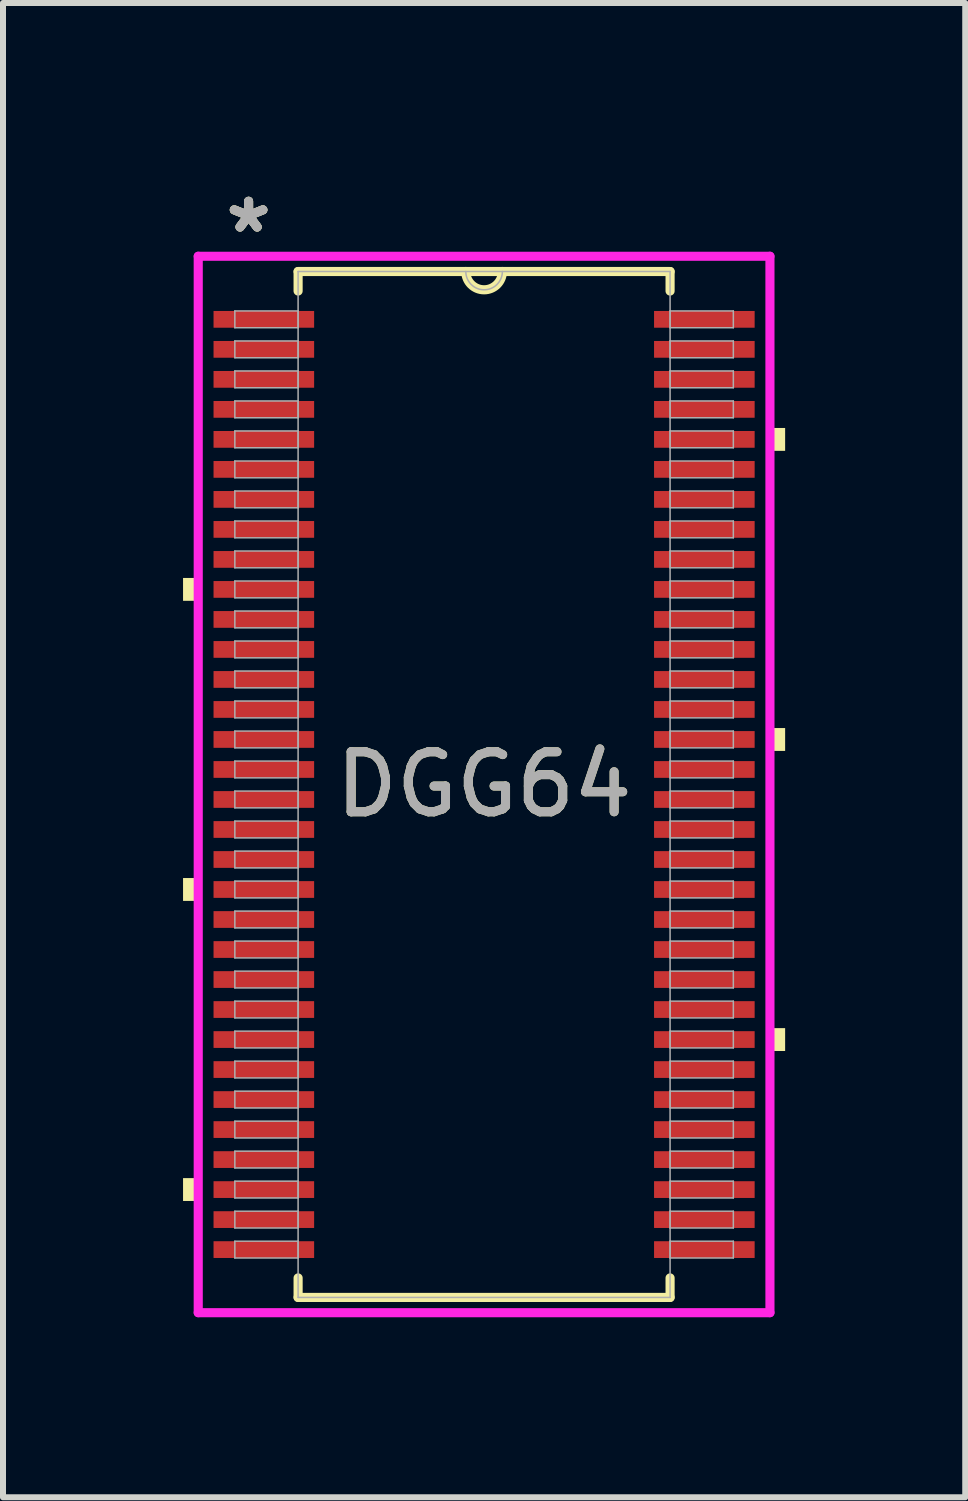
<source format=kicad_pcb>
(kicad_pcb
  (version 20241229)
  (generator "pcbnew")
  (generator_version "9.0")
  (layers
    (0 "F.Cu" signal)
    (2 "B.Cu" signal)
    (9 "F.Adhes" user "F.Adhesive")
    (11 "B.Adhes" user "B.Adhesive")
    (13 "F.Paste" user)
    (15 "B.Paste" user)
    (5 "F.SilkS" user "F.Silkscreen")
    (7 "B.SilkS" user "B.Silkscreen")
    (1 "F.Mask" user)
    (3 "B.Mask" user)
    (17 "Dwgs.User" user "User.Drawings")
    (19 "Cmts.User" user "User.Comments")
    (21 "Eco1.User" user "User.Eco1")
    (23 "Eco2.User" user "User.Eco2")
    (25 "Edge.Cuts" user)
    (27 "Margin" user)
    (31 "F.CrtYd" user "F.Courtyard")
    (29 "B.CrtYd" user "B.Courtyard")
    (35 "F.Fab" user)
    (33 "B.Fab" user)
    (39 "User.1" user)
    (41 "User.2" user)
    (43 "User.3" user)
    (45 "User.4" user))
  (footprint "DGG64"
    (layer "F.Cu")
    (at 5.016 10.021)
    (property "Reference" "DGG64" (at 0 0 0) (unlocked yes) (layer "F.SilkS") (effects (font (size 1 1) (thickness 0.15))))
    (attr smd)
    (fp_line (start -3.099 -8.547) (end -3.099 -8.222) (stroke (width 0.152) (type solid)) (layer "F.SilkS"))
    (fp_line (start -3.099 8.222) (end -3.099 8.547) (stroke (width 0.152) (type solid)) (layer "F.SilkS"))
    (fp_line (start -3.099 8.547) (end 3.099 8.547) (stroke (width 0.152) (type solid)) (layer "F.SilkS"))
    (fp_line (start 3.099 -8.547) (end -3.099 -8.547) (stroke (width 0.152) (type solid)) (layer "F.SilkS"))
    (fp_line (start 3.099 -8.222) (end 3.099 -8.547) (stroke (width 0.152) (type solid)) (layer "F.SilkS"))
    (fp_line (start 3.099 8.547) (end 3.099 8.222) (stroke (width 0.152) (type solid)) (layer "F.SilkS"))
    (fp_arc (start 0.3048 -8.5471) (mid 0 -8.2423) (end -0.3048 -8.5471) (stroke (width 0.1524) (type solid)) (layer "F.SilkS"))
    (fp_poly (pts (xy -5.016 -3.441) (xy -5.016 -3.06) (xy -4.763 -3.06) (xy -4.763 -3.441)) (stroke (width 0) (type solid)) (fill yes) (layer "F.SilkS"))
    (fp_poly (pts (xy -5.016 1.559) (xy -5.016 1.94) (xy -4.763 1.94) (xy -4.763 1.559)) (stroke (width 0) (type solid)) (fill yes) (layer "F.SilkS"))
    (fp_poly (pts (xy -5.016 6.559) (xy -5.016 6.94) (xy -4.763 6.94) (xy -4.763 6.559)) (stroke (width 0) (type solid)) (fill yes) (layer "F.SilkS"))
    (fp_poly (pts (xy 5.016 -5.94) (xy 5.016 -5.559) (xy 4.763 -5.559) (xy 4.763 -5.94)) (stroke (width 0) (type solid)) (fill yes) (layer "F.SilkS"))
    (fp_poly (pts (xy 5.016 -0.94) (xy 5.016 -0.559) (xy 4.763 -0.559) (xy 4.763 -0.94)) (stroke (width 0) (type solid)) (fill yes) (layer "F.SilkS"))
    (fp_poly (pts (xy 5.016 4.06) (xy 5.016 4.441) (xy 4.763 4.441) (xy 4.763 4.06)) (stroke (width 0) (type solid)) (fill yes) (layer "F.SilkS"))
    (fp_line (start -4.763 -8.801) (end 4.763 -8.801) (stroke (width 0.152) (type solid)) (layer "F.CrtYd"))
    (fp_line (start -4.763 8.801) (end -4.763 -8.801) (stroke (width 0.152) (type solid)) (layer "F.CrtYd"))
    (fp_line (start 4.763 -8.801) (end 4.763 8.801) (stroke (width 0.152) (type solid)) (layer "F.CrtYd"))
    (fp_line (start 4.763 8.801) (end -4.763 8.801) (stroke (width 0.152) (type solid)) (layer "F.CrtYd"))
    (fp_line (start -4.153 -7.89) (end -4.153 -7.61) (stroke (width 0.025) (type solid)) (layer "F.Fab"))
    (fp_line (start -4.153 -7.61) (end -3.099 -7.61) (stroke (width 0.025) (type solid)) (layer "F.Fab"))
    (fp_line (start -4.153 -7.39) (end -4.153 -7.11) (stroke (width 0.025) (type solid)) (layer "F.Fab"))
    (fp_line (start -4.153 -7.11) (end -3.099 -7.11) (stroke (width 0.025) (type solid)) (layer "F.Fab"))
    (fp_line (start -4.153 -6.89) (end -4.153 -6.61) (stroke (width 0.025) (type solid)) (layer "F.Fab"))
    (fp_line (start -4.153 -6.61) (end -3.099 -6.61) (stroke (width 0.025) (type solid)) (layer "F.Fab"))
    (fp_line (start -4.153 -6.39) (end -4.153 -6.11) (stroke (width 0.025) (type solid)) (layer "F.Fab"))
    (fp_line (start -4.153 -6.11) (end -3.099 -6.11) (stroke (width 0.025) (type solid)) (layer "F.Fab"))
    (fp_line (start -4.153 -5.89) (end -4.153 -5.61) (stroke (width 0.025) (type solid)) (layer "F.Fab"))
    (fp_line (start -4.153 -5.61) (end -3.099 -5.61) (stroke (width 0.025) (type solid)) (layer "F.Fab"))
    (fp_line (start -4.153 -5.39) (end -4.153 -5.11) (stroke (width 0.025) (type solid)) (layer "F.Fab"))
    (fp_line (start -4.153 -5.11) (end -3.099 -5.11) (stroke (width 0.025) (type solid)) (layer "F.Fab"))
    (fp_line (start -4.153 -4.89) (end -4.153 -4.61) (stroke (width 0.025) (type solid)) (layer "F.Fab"))
    (fp_line (start -4.153 -4.61) (end -3.099 -4.61) (stroke (width 0.025) (type solid)) (layer "F.Fab"))
    (fp_line (start -4.153 -4.39) (end -4.153 -4.11) (stroke (width 0.025) (type solid)) (layer "F.Fab"))
    (fp_line (start -4.153 -4.11) (end -3.099 -4.11) (stroke (width 0.025) (type solid)) (layer "F.Fab"))
    (fp_line (start -4.153 -3.89) (end -4.153 -3.61) (stroke (width 0.025) (type solid)) (layer "F.Fab"))
    (fp_line (start -4.153 -3.61) (end -3.099 -3.61) (stroke (width 0.025) (type solid)) (layer "F.Fab"))
    (fp_line (start -4.153 -3.39) (end -4.153 -3.11) (stroke (width 0.025) (type solid)) (layer "F.Fab"))
    (fp_line (start -4.153 -3.11) (end -3.099 -3.11) (stroke (width 0.025) (type solid)) (layer "F.Fab"))
    (fp_line (start -4.153 -2.89) (end -4.153 -2.61) (stroke (width 0.025) (type solid)) (layer "F.Fab"))
    (fp_line (start -4.153 -2.61) (end -3.099 -2.61) (stroke (width 0.025) (type solid)) (layer "F.Fab"))
    (fp_line (start -4.153 -2.39) (end -4.153 -2.11) (stroke (width 0.025) (type solid)) (layer "F.Fab"))
    (fp_line (start -4.153 -2.11) (end -3.099 -2.11) (stroke (width 0.025) (type solid)) (layer "F.Fab"))
    (fp_line (start -4.153 -1.89) (end -4.153 -1.61) (stroke (width 0.025) (type solid)) (layer "F.Fab"))
    (fp_line (start -4.153 -1.61) (end -3.099 -1.61) (stroke (width 0.025) (type solid)) (layer "F.Fab"))
    (fp_line (start -4.153 -1.39) (end -4.153 -1.11) (stroke (width 0.025) (type solid)) (layer "F.Fab"))
    (fp_line (start -4.153 -1.11) (end -3.099 -1.11) (stroke (width 0.025) (type solid)) (layer "F.Fab"))
    (fp_line (start -4.153 -0.89) (end -4.153 -0.61) (stroke (width 0.025) (type solid)) (layer "F.Fab"))
    (fp_line (start -4.153 -0.61) (end -3.099 -0.61) (stroke (width 0.025) (type solid)) (layer "F.Fab"))
    (fp_line (start -4.153 -0.39) (end -4.153 -0.11) (stroke (width 0.025) (type solid)) (layer "F.Fab"))
    (fp_line (start -4.153 -0.11) (end -3.099 -0.11) (stroke (width 0.025) (type solid)) (layer "F.Fab"))
    (fp_line (start -4.153 0.11) (end -4.153 0.39) (stroke (width 0.025) (type solid)) (layer "F.Fab"))
    (fp_line (start -4.153 0.39) (end -3.099 0.39) (stroke (width 0.025) (type solid)) (layer "F.Fab"))
    (fp_line (start -4.153 0.61) (end -4.153 0.89) (stroke (width 0.025) (type solid)) (layer "F.Fab"))
    (fp_line (start -4.153 0.89) (end -3.099 0.89) (stroke (width 0.025) (type solid)) (layer "F.Fab"))
    (fp_line (start -4.153 1.11) (end -4.153 1.39) (stroke (width 0.025) (type solid)) (layer "F.Fab"))
    (fp_line (start -4.153 1.39) (end -3.099 1.39) (stroke (width 0.025) (type solid)) (layer "F.Fab"))
    (fp_line (start -4.153 1.61) (end -4.153 1.89) (stroke (width 0.025) (type solid)) (layer "F.Fab"))
    (fp_line (start -4.153 1.89) (end -3.099 1.89) (stroke (width 0.025) (type solid)) (layer "F.Fab"))
    (fp_line (start -4.153 2.11) (end -4.153 2.39) (stroke (width 0.025) (type solid)) (layer "F.Fab"))
    (fp_line (start -4.153 2.39) (end -3.099 2.39) (stroke (width 0.025) (type solid)) (layer "F.Fab"))
    (fp_line (start -4.153 2.61) (end -4.153 2.89) (stroke (width 0.025) (type solid)) (layer "F.Fab"))
    (fp_line (start -4.153 2.89) (end -3.099 2.89) (stroke (width 0.025) (type solid)) (layer "F.Fab"))
    (fp_line (start -4.153 3.11) (end -4.153 3.39) (stroke (width 0.025) (type solid)) (layer "F.Fab"))
    (fp_line (start -4.153 3.39) (end -3.099 3.39) (stroke (width 0.025) (type solid)) (layer "F.Fab"))
    (fp_line (start -4.153 3.61) (end -4.153 3.89) (stroke (width 0.025) (type solid)) (layer "F.Fab"))
    (fp_line (start -4.153 3.89) (end -3.099 3.89) (stroke (width 0.025) (type solid)) (layer "F.Fab"))
    (fp_line (start -4.153 4.11) (end -4.153 4.39) (stroke (width 0.025) (type solid)) (layer "F.Fab"))
    (fp_line (start -4.153 4.39) (end -3.099 4.39) (stroke (width 0.025) (type solid)) (layer "F.Fab"))
    (fp_line (start -4.153 4.61) (end -4.153 4.89) (stroke (width 0.025) (type solid)) (layer "F.Fab"))
    (fp_line (start -4.153 4.89) (end -3.099 4.89) (stroke (width 0.025) (type solid)) (layer "F.Fab"))
    (fp_line (start -4.153 5.11) (end -4.153 5.39) (stroke (width 0.025) (type solid)) (layer "F.Fab"))
    (fp_line (start -4.153 5.39) (end -3.099 5.39) (stroke (width 0.025) (type solid)) (layer "F.Fab"))
    (fp_line (start -4.153 5.61) (end -4.153 5.89) (stroke (width 0.025) (type solid)) (layer "F.Fab"))
    (fp_line (start -4.153 5.89) (end -3.099 5.89) (stroke (width 0.025) (type solid)) (layer "F.Fab"))
    (fp_line (start -4.153 6.11) (end -4.153 6.39) (stroke (width 0.025) (type solid)) (layer "F.Fab"))
    (fp_line (start -4.153 6.39) (end -3.099 6.39) (stroke (width 0.025) (type solid)) (layer "F.Fab"))
    (fp_line (start -4.153 6.61) (end -4.153 6.89) (stroke (width 0.025) (type solid)) (layer "F.Fab"))
    (fp_line (start -4.153 6.89) (end -3.099 6.89) (stroke (width 0.025) (type solid)) (layer "F.Fab"))
    (fp_line (start -4.153 7.11) (end -4.153 7.39) (stroke (width 0.025) (type solid)) (layer "F.Fab"))
    (fp_line (start -4.153 7.39) (end -3.099 7.39) (stroke (width 0.025) (type solid)) (layer "F.Fab"))
    (fp_line (start -4.153 7.61) (end -4.153 7.89) (stroke (width 0.025) (type solid)) (layer "F.Fab"))
    (fp_line (start -4.153 7.89) (end -3.099 7.89) (stroke (width 0.025) (type solid)) (layer "F.Fab"))
    (fp_line (start -3.099 -8.547) (end -3.099 8.547) (stroke (width 0.025) (type solid)) (layer "F.Fab"))
    (fp_line (start -3.099 -7.89) (end -4.153 -7.89) (stroke (width 0.025) (type solid)) (layer "F.Fab"))
    (fp_line (start -3.099 -7.61) (end -3.099 -7.89) (stroke (width 0.025) (type solid)) (layer "F.Fab"))
    (fp_line (start -3.099 -7.39) (end -4.153 -7.39) (stroke (width 0.025) (type solid)) (layer "F.Fab"))
    (fp_line (start -3.099 -7.11) (end -3.099 -7.39) (stroke (width 0.025) (type solid)) (layer "F.Fab"))
    (fp_line (start -3.099 -6.89) (end -4.153 -6.89) (stroke (width 0.025) (type solid)) (layer "F.Fab"))
    (fp_line (start -3.099 -6.61) (end -3.099 -6.89) (stroke (width 0.025) (type solid)) (layer "F.Fab"))
    (fp_line (start -3.099 -6.39) (end -4.153 -6.39) (stroke (width 0.025) (type solid)) (layer "F.Fab"))
    (fp_line (start -3.099 -6.11) (end -3.099 -6.39) (stroke (width 0.025) (type solid)) (layer "F.Fab"))
    (fp_line (start -3.099 -5.89) (end -4.153 -5.89) (stroke (width 0.025) (type solid)) (layer "F.Fab"))
    (fp_line (start -3.099 -5.61) (end -3.099 -5.89) (stroke (width 0.025) (type solid)) (layer "F.Fab"))
    (fp_line (start -3.099 -5.39) (end -4.153 -5.39) (stroke (width 0.025) (type solid)) (layer "F.Fab"))
    (fp_line (start -3.099 -5.11) (end -3.099 -5.39) (stroke (width 0.025) (type solid)) (layer "F.Fab"))
    (fp_line (start -3.099 -4.89) (end -4.153 -4.89) (stroke (width 0.025) (type solid)) (layer "F.Fab"))
    (fp_line (start -3.099 -4.61) (end -3.099 -4.89) (stroke (width 0.025) (type solid)) (layer "F.Fab"))
    (fp_line (start -3.099 -4.39) (end -4.153 -4.39) (stroke (width 0.025) (type solid)) (layer "F.Fab"))
    (fp_line (start -3.099 -4.11) (end -3.099 -4.39) (stroke (width 0.025) (type solid)) (layer "F.Fab"))
    (fp_line (start -3.099 -3.89) (end -4.153 -3.89) (stroke (width 0.025) (type solid)) (layer "F.Fab"))
    (fp_line (start -3.099 -3.61) (end -3.099 -3.89) (stroke (width 0.025) (type solid)) (layer "F.Fab"))
    (fp_line (start -3.099 -3.39) (end -4.153 -3.39) (stroke (width 0.025) (type solid)) (layer "F.Fab"))
    (fp_line (start -3.099 -3.11) (end -3.099 -3.39) (stroke (width 0.025) (type solid)) (layer "F.Fab"))
    (fp_line (start -3.099 -2.89) (end -4.153 -2.89) (stroke (width 0.025) (type solid)) (layer "F.Fab"))
    (fp_line (start -3.099 -2.61) (end -3.099 -2.89) (stroke (width 0.025) (type solid)) (layer "F.Fab"))
    (fp_line (start -3.099 -2.39) (end -4.153 -2.39) (stroke (width 0.025) (type solid)) (layer "F.Fab"))
    (fp_line (start -3.099 -2.11) (end -3.099 -2.39) (stroke (width 0.025) (type solid)) (layer "F.Fab"))
    (fp_line (start -3.099 -1.89) (end -4.153 -1.89) (stroke (width 0.025) (type solid)) (layer "F.Fab"))
    (fp_line (start -3.099 -1.61) (end -3.099 -1.89) (stroke (width 0.025) (type solid)) (layer "F.Fab"))
    (fp_line (start -3.099 -1.39) (end -4.153 -1.39) (stroke (width 0.025) (type solid)) (layer "F.Fab"))
    (fp_line (start -3.099 -1.11) (end -3.099 -1.39) (stroke (width 0.025) (type solid)) (layer "F.Fab"))
    (fp_line (start -3.099 -0.89) (end -4.153 -0.89) (stroke (width 0.025) (type solid)) (layer "F.Fab"))
    (fp_line (start -3.099 -0.61) (end -3.099 -0.89) (stroke (width 0.025) (type solid)) (layer "F.Fab"))
    (fp_line (start -3.099 -0.39) (end -4.153 -0.39) (stroke (width 0.025) (type solid)) (layer "F.Fab"))
    (fp_line (start -3.099 -0.11) (end -3.099 -0.39) (stroke (width 0.025) (type solid)) (layer "F.Fab"))
    (fp_line (start -3.099 0.11) (end -4.153 0.11) (stroke (width 0.025) (type solid)) (layer "F.Fab"))
    (fp_line (start -3.099 0.39) (end -3.099 0.11) (stroke (width 0.025) (type solid)) (layer "F.Fab"))
    (fp_line (start -3.099 0.61) (end -4.153 0.61) (stroke (width 0.025) (type solid)) (layer "F.Fab"))
    (fp_line (start -3.099 0.89) (end -3.099 0.61) (stroke (width 0.025) (type solid)) (layer "F.Fab"))
    (fp_line (start -3.099 1.11) (end -4.153 1.11) (stroke (width 0.025) (type solid)) (layer "F.Fab"))
    (fp_line (start -3.099 1.39) (end -3.099 1.11) (stroke (width 0.025) (type solid)) (layer "F.Fab"))
    (fp_line (start -3.099 1.61) (end -4.153 1.61) (stroke (width 0.025) (type solid)) (layer "F.Fab"))
    (fp_line (start -3.099 1.89) (end -3.099 1.61) (stroke (width 0.025) (type solid)) (layer "F.Fab"))
    (fp_line (start -3.099 2.11) (end -4.153 2.11) (stroke (width 0.025) (type solid)) (layer "F.Fab"))
    (fp_line (start -3.099 2.39) (end -3.099 2.11) (stroke (width 0.025) (type solid)) (layer "F.Fab"))
    (fp_line (start -3.099 2.61) (end -4.153 2.61) (stroke (width 0.025) (type solid)) (layer "F.Fab"))
    (fp_line (start -3.099 2.89) (end -3.099 2.61) (stroke (width 0.025) (type solid)) (layer "F.Fab"))
    (fp_line (start -3.099 3.11) (end -4.153 3.11) (stroke (width 0.025) (type solid)) (layer "F.Fab"))
    (fp_line (start -3.099 3.39) (end -3.099 3.11) (stroke (width 0.025) (type solid)) (layer "F.Fab"))
    (fp_line (start -3.099 3.61) (end -4.153 3.61) (stroke (width 0.025) (type solid)) (layer "F.Fab"))
    (fp_line (start -3.099 3.89) (end -3.099 3.61) (stroke (width 0.025) (type solid)) (layer "F.Fab"))
    (fp_line (start -3.099 4.11) (end -4.153 4.11) (stroke (width 0.025) (type solid)) (layer "F.Fab"))
    (fp_line (start -3.099 4.39) (end -3.099 4.11) (stroke (width 0.025) (type solid)) (layer "F.Fab"))
    (fp_line (start -3.099 4.61) (end -4.153 4.61) (stroke (width 0.025) (type solid)) (layer "F.Fab"))
    (fp_line (start -3.099 4.89) (end -3.099 4.61) (stroke (width 0.025) (type solid)) (layer "F.Fab"))
    (fp_line (start -3.099 5.11) (end -4.153 5.11) (stroke (width 0.025) (type solid)) (layer "F.Fab"))
    (fp_line (start -3.099 5.39) (end -3.099 5.11) (stroke (width 0.025) (type solid)) (layer "F.Fab"))
    (fp_line (start -3.099 5.61) (end -4.153 5.61) (stroke (width 0.025) (type solid)) (layer "F.Fab"))
    (fp_line (start -3.099 5.89) (end -3.099 5.61) (stroke (width 0.025) (type solid)) (layer "F.Fab"))
    (fp_line (start -3.099 6.11) (end -4.153 6.11) (stroke (width 0.025) (type solid)) (layer "F.Fab"))
    (fp_line (start -3.099 6.39) (end -3.099 6.11) (stroke (width 0.025) (type solid)) (layer "F.Fab"))
    (fp_line (start -3.099 6.61) (end -4.153 6.61) (stroke (width 0.025) (type solid)) (layer "F.Fab"))
    (fp_line (start -3.099 6.89) (end -3.099 6.61) (stroke (width 0.025) (type solid)) (layer "F.Fab"))
    (fp_line (start -3.099 7.11) (end -4.153 7.11) (stroke (width 0.025) (type solid)) (layer "F.Fab"))
    (fp_line (start -3.099 7.39) (end -3.099 7.11) (stroke (width 0.025) (type solid)) (layer "F.Fab"))
    (fp_line (start -3.099 7.61) (end -4.153 7.61) (stroke (width 0.025) (type solid)) (layer "F.Fab"))
    (fp_line (start -3.099 7.89) (end -3.099 7.61) (stroke (width 0.025) (type solid)) (layer "F.Fab"))
    (fp_line (start -3.099 8.547) (end 3.099 8.547) (stroke (width 0.025) (type solid)) (layer "F.Fab"))
    (fp_line (start 3.099 -8.547) (end -3.099 -8.547) (stroke (width 0.025) (type solid)) (layer "F.Fab"))
    (fp_line (start 3.099 -7.89) (end 3.099 -7.61) (stroke (width 0.025) (type solid)) (layer "F.Fab"))
    (fp_line (start 3.099 -7.61) (end 4.153 -7.61) (stroke (width 0.025) (type solid)) (layer "F.Fab"))
    (fp_line (start 3.099 -7.39) (end 3.099 -7.11) (stroke (width 0.025) (type solid)) (layer "F.Fab"))
    (fp_line (start 3.099 -7.11) (end 4.153 -7.11) (stroke (width 0.025) (type solid)) (layer "F.Fab"))
    (fp_line (start 3.099 -6.89) (end 3.099 -6.61) (stroke (width 0.025) (type solid)) (layer "F.Fab"))
    (fp_line (start 3.099 -6.61) (end 4.153 -6.61) (stroke (width 0.025) (type solid)) (layer "F.Fab"))
    (fp_line (start 3.099 -6.39) (end 3.099 -6.11) (stroke (width 0.025) (type solid)) (layer "F.Fab"))
    (fp_line (start 3.099 -6.11) (end 4.153 -6.11) (stroke (width 0.025) (type solid)) (layer "F.Fab"))
    (fp_line (start 3.099 -5.89) (end 3.099 -5.61) (stroke (width 0.025) (type solid)) (layer "F.Fab"))
    (fp_line (start 3.099 -5.61) (end 4.153 -5.61) (stroke (width 0.025) (type solid)) (layer "F.Fab"))
    (fp_line (start 3.099 -5.39) (end 3.099 -5.11) (stroke (width 0.025) (type solid)) (layer "F.Fab"))
    (fp_line (start 3.099 -5.11) (end 4.153 -5.11) (stroke (width 0.025) (type solid)) (layer "F.Fab"))
    (fp_line (start 3.099 -4.89) (end 3.099 -4.61) (stroke (width 0.025) (type solid)) (layer "F.Fab"))
    (fp_line (start 3.099 -4.61) (end 4.153 -4.61) (stroke (width 0.025) (type solid)) (layer "F.Fab"))
    (fp_line (start 3.099 -4.39) (end 3.099 -4.11) (stroke (width 0.025) (type solid)) (layer "F.Fab"))
    (fp_line (start 3.099 -4.11) (end 4.153 -4.11) (stroke (width 0.025) (type solid)) (layer "F.Fab"))
    (fp_line (start 3.099 -3.89) (end 3.099 -3.61) (stroke (width 0.025) (type solid)) (layer "F.Fab"))
    (fp_line (start 3.099 -3.61) (end 4.153 -3.61) (stroke (width 0.025) (type solid)) (layer "F.Fab"))
    (fp_line (start 3.099 -3.39) (end 3.099 -3.11) (stroke (width 0.025) (type solid)) (layer "F.Fab"))
    (fp_line (start 3.099 -3.11) (end 4.153 -3.11) (stroke (width 0.025) (type solid)) (layer "F.Fab"))
    (fp_line (start 3.099 -2.89) (end 3.099 -2.61) (stroke (width 0.025) (type solid)) (layer "F.Fab"))
    (fp_line (start 3.099 -2.61) (end 4.153 -2.61) (stroke (width 0.025) (type solid)) (layer "F.Fab"))
    (fp_line (start 3.099 -2.39) (end 3.099 -2.11) (stroke (width 0.025) (type solid)) (layer "F.Fab"))
    (fp_line (start 3.099 -2.11) (end 4.153 -2.11) (stroke (width 0.025) (type solid)) (layer "F.Fab"))
    (fp_line (start 3.099 -1.89) (end 3.099 -1.61) (stroke (width 0.025) (type solid)) (layer "F.Fab"))
    (fp_line (start 3.099 -1.61) (end 4.153 -1.61) (stroke (width 0.025) (type solid)) (layer "F.Fab"))
    (fp_line (start 3.099 -1.39) (end 3.099 -1.11) (stroke (width 0.025) (type solid)) (layer "F.Fab"))
    (fp_line (start 3.099 -1.11) (end 4.153 -1.11) (stroke (width 0.025) (type solid)) (layer "F.Fab"))
    (fp_line (start 3.099 -0.89) (end 3.099 -0.61) (stroke (width 0.025) (type solid)) (layer "F.Fab"))
    (fp_line (start 3.099 -0.61) (end 4.153 -0.61) (stroke (width 0.025) (type solid)) (layer "F.Fab"))
    (fp_line (start 3.099 -0.39) (end 3.099 -0.11) (stroke (width 0.025) (type solid)) (layer "F.Fab"))
    (fp_line (start 3.099 -0.11) (end 4.153 -0.11) (stroke (width 0.025) (type solid)) (layer "F.Fab"))
    (fp_line (start 3.099 0.11) (end 3.099 0.39) (stroke (width 0.025) (type solid)) (layer "F.Fab"))
    (fp_line (start 3.099 0.39) (end 4.153 0.39) (stroke (width 0.025) (type solid)) (layer "F.Fab"))
    (fp_line (start 3.099 0.61) (end 3.099 0.89) (stroke (width 0.025) (type solid)) (layer "F.Fab"))
    (fp_line (start 3.099 0.89) (end 4.153 0.89) (stroke (width 0.025) (type solid)) (layer "F.Fab"))
    (fp_line (start 3.099 1.11) (end 3.099 1.39) (stroke (width 0.025) (type solid)) (layer "F.Fab"))
    (fp_line (start 3.099 1.39) (end 4.153 1.39) (stroke (width 0.025) (type solid)) (layer "F.Fab"))
    (fp_line (start 3.099 1.61) (end 3.099 1.89) (stroke (width 0.025) (type solid)) (layer "F.Fab"))
    (fp_line (start 3.099 1.89) (end 4.153 1.89) (stroke (width 0.025) (type solid)) (layer "F.Fab"))
    (fp_line (start 3.099 2.11) (end 3.099 2.39) (stroke (width 0.025) (type solid)) (layer "F.Fab"))
    (fp_line (start 3.099 2.39) (end 4.153 2.39) (stroke (width 0.025) (type solid)) (layer "F.Fab"))
    (fp_line (start 3.099 2.61) (end 3.099 2.89) (stroke (width 0.025) (type solid)) (layer "F.Fab"))
    (fp_line (start 3.099 2.89) (end 4.153 2.89) (stroke (width 0.025) (type solid)) (layer "F.Fab"))
    (fp_line (start 3.099 3.11) (end 3.099 3.39) (stroke (width 0.025) (type solid)) (layer "F.Fab"))
    (fp_line (start 3.099 3.39) (end 4.153 3.39) (stroke (width 0.025) (type solid)) (layer "F.Fab"))
    (fp_line (start 3.099 3.61) (end 3.099 3.89) (stroke (width 0.025) (type solid)) (layer "F.Fab"))
    (fp_line (start 3.099 3.89) (end 4.153 3.89) (stroke (width 0.025) (type solid)) (layer "F.Fab"))
    (fp_line (start 3.099 4.11) (end 3.099 4.39) (stroke (width 0.025) (type solid)) (layer "F.Fab"))
    (fp_line (start 3.099 4.39) (end 4.153 4.39) (stroke (width 0.025) (type solid)) (layer "F.Fab"))
    (fp_line (start 3.099 4.61) (end 3.099 4.89) (stroke (width 0.025) (type solid)) (layer "F.Fab"))
    (fp_line (start 3.099 4.89) (end 4.153 4.89) (stroke (width 0.025) (type solid)) (layer "F.Fab"))
    (fp_line (start 3.099 5.11) (end 3.099 5.39) (stroke (width 0.025) (type solid)) (layer "F.Fab"))
    (fp_line (start 3.099 5.39) (end 4.153 5.39) (stroke (width 0.025) (type solid)) (layer "F.Fab"))
    (fp_line (start 3.099 5.61) (end 3.099 5.89) (stroke (width 0.025) (type solid)) (layer "F.Fab"))
    (fp_line (start 3.099 5.89) (end 4.153 5.89) (stroke (width 0.025) (type solid)) (layer "F.Fab"))
    (fp_line (start 3.099 6.11) (end 3.099 6.39) (stroke (width 0.025) (type solid)) (layer "F.Fab"))
    (fp_line (start 3.099 6.39) (end 4.153 6.39) (stroke (width 0.025) (type solid)) (layer "F.Fab"))
    (fp_line (start 3.099 6.61) (end 3.099 6.89) (stroke (width 0.025) (type solid)) (layer "F.Fab"))
    (fp_line (start 3.099 6.89) (end 4.153 6.89) (stroke (width 0.025) (type solid)) (layer "F.Fab"))
    (fp_line (start 3.099 7.11) (end 3.099 7.39) (stroke (width 0.025) (type solid)) (layer "F.Fab"))
    (fp_line (start 3.099 7.39) (end 4.153 7.39) (stroke (width 0.025) (type solid)) (layer "F.Fab"))
    (fp_line (start 3.099 7.61) (end 3.099 7.89) (stroke (width 0.025) (type solid)) (layer "F.Fab"))
    (fp_line (start 3.099 7.89) (end 4.153 7.89) (stroke (width 0.025) (type solid)) (layer "F.Fab"))
    (fp_line (start 3.099 8.547) (end 3.099 -8.547) (stroke (width 0.025) (type solid)) (layer "F.Fab"))
    (fp_line (start 4.153 -7.89) (end 3.099 -7.89) (stroke (width 0.025) (type solid)) (layer "F.Fab"))
    (fp_line (start 4.153 -7.61) (end 4.153 -7.89) (stroke (width 0.025) (type solid)) (layer "F.Fab"))
    (fp_line (start 4.153 -7.39) (end 3.099 -7.39) (stroke (width 0.025) (type solid)) (layer "F.Fab"))
    (fp_line (start 4.153 -7.11) (end 4.153 -7.39) (stroke (width 0.025) (type solid)) (layer "F.Fab"))
    (fp_line (start 4.153 -6.89) (end 3.099 -6.89) (stroke (width 0.025) (type solid)) (layer "F.Fab"))
    (fp_line (start 4.153 -6.61) (end 4.153 -6.89) (stroke (width 0.025) (type solid)) (layer "F.Fab"))
    (fp_line (start 4.153 -6.39) (end 3.099 -6.39) (stroke (width 0.025) (type solid)) (layer "F.Fab"))
    (fp_line (start 4.153 -6.11) (end 4.153 -6.39) (stroke (width 0.025) (type solid)) (layer "F.Fab"))
    (fp_line (start 4.153 -5.89) (end 3.099 -5.89) (stroke (width 0.025) (type solid)) (layer "F.Fab"))
    (fp_line (start 4.153 -5.61) (end 4.153 -5.89) (stroke (width 0.025) (type solid)) (layer "F.Fab"))
    (fp_line (start 4.153 -5.39) (end 3.099 -5.39) (stroke (width 0.025) (type solid)) (layer "F.Fab"))
    (fp_line (start 4.153 -5.11) (end 4.153 -5.39) (stroke (width 0.025) (type solid)) (layer "F.Fab"))
    (fp_line (start 4.153 -4.89) (end 3.099 -4.89) (stroke (width 0.025) (type solid)) (layer "F.Fab"))
    (fp_line (start 4.153 -4.61) (end 4.153 -4.89) (stroke (width 0.025) (type solid)) (layer "F.Fab"))
    (fp_line (start 4.153 -4.39) (end 3.099 -4.39) (stroke (width 0.025) (type solid)) (layer "F.Fab"))
    (fp_line (start 4.153 -4.11) (end 4.153 -4.39) (stroke (width 0.025) (type solid)) (layer "F.Fab"))
    (fp_line (start 4.153 -3.89) (end 3.099 -3.89) (stroke (width 0.025) (type solid)) (layer "F.Fab"))
    (fp_line (start 4.153 -3.61) (end 4.153 -3.89) (stroke (width 0.025) (type solid)) (layer "F.Fab"))
    (fp_line (start 4.153 -3.39) (end 3.099 -3.39) (stroke (width 0.025) (type solid)) (layer "F.Fab"))
    (fp_line (start 4.153 -3.11) (end 4.153 -3.39) (stroke (width 0.025) (type solid)) (layer "F.Fab"))
    (fp_line (start 4.153 -2.89) (end 3.099 -2.89) (stroke (width 0.025) (type solid)) (layer "F.Fab"))
    (fp_line (start 4.153 -2.61) (end 4.153 -2.89) (stroke (width 0.025) (type solid)) (layer "F.Fab"))
    (fp_line (start 4.153 -2.39) (end 3.099 -2.39) (stroke (width 0.025) (type solid)) (layer "F.Fab"))
    (fp_line (start 4.153 -2.11) (end 4.153 -2.39) (stroke (width 0.025) (type solid)) (layer "F.Fab"))
    (fp_line (start 4.153 -1.89) (end 3.099 -1.89) (stroke (width 0.025) (type solid)) (layer "F.Fab"))
    (fp_line (start 4.153 -1.61) (end 4.153 -1.89) (stroke (width 0.025) (type solid)) (layer "F.Fab"))
    (fp_line (start 4.153 -1.39) (end 3.099 -1.39) (stroke (width 0.025) (type solid)) (layer "F.Fab"))
    (fp_line (start 4.153 -1.11) (end 4.153 -1.39) (stroke (width 0.025) (type solid)) (layer "F.Fab"))
    (fp_line (start 4.153 -0.89) (end 3.099 -0.89) (stroke (width 0.025) (type solid)) (layer "F.Fab"))
    (fp_line (start 4.153 -0.61) (end 4.153 -0.89) (stroke (width 0.025) (type solid)) (layer "F.Fab"))
    (fp_line (start 4.153 -0.39) (end 3.099 -0.39) (stroke (width 0.025) (type solid)) (layer "F.Fab"))
    (fp_line (start 4.153 -0.11) (end 4.153 -0.39) (stroke (width 0.025) (type solid)) (layer "F.Fab"))
    (fp_line (start 4.153 0.11) (end 3.099 0.11) (stroke (width 0.025) (type solid)) (layer "F.Fab"))
    (fp_line (start 4.153 0.39) (end 4.153 0.11) (stroke (width 0.025) (type solid)) (layer "F.Fab"))
    (fp_line (start 4.153 0.61) (end 3.099 0.61) (stroke (width 0.025) (type solid)) (layer "F.Fab"))
    (fp_line (start 4.153 0.89) (end 4.153 0.61) (stroke (width 0.025) (type solid)) (layer "F.Fab"))
    (fp_line (start 4.153 1.11) (end 3.099 1.11) (stroke (width 0.025) (type solid)) (layer "F.Fab"))
    (fp_line (start 4.153 1.39) (end 4.153 1.11) (stroke (width 0.025) (type solid)) (layer "F.Fab"))
    (fp_line (start 4.153 1.61) (end 3.099 1.61) (stroke (width 0.025) (type solid)) (layer "F.Fab"))
    (fp_line (start 4.153 1.89) (end 4.153 1.61) (stroke (width 0.025) (type solid)) (layer "F.Fab"))
    (fp_line (start 4.153 2.11) (end 3.099 2.11) (stroke (width 0.025) (type solid)) (layer "F.Fab"))
    (fp_line (start 4.153 2.39) (end 4.153 2.11) (stroke (width 0.025) (type solid)) (layer "F.Fab"))
    (fp_line (start 4.153 2.61) (end 3.099 2.61) (stroke (width 0.025) (type solid)) (layer "F.Fab"))
    (fp_line (start 4.153 2.89) (end 4.153 2.61) (stroke (width 0.025) (type solid)) (layer "F.Fab"))
    (fp_line (start 4.153 3.11) (end 3.099 3.11) (stroke (width 0.025) (type solid)) (layer "F.Fab"))
    (fp_line (start 4.153 3.39) (end 4.153 3.11) (stroke (width 0.025) (type solid)) (layer "F.Fab"))
    (fp_line (start 4.153 3.61) (end 3.099 3.61) (stroke (width 0.025) (type solid)) (layer "F.Fab"))
    (fp_line (start 4.153 3.89) (end 4.153 3.61) (stroke (width 0.025) (type solid)) (layer "F.Fab"))
    (fp_line (start 4.153 4.11) (end 3.099 4.11) (stroke (width 0.025) (type solid)) (layer "F.Fab"))
    (fp_line (start 4.153 4.39) (end 4.153 4.11) (stroke (width 0.025) (type solid)) (layer "F.Fab"))
    (fp_line (start 4.153 4.61) (end 3.099 4.61) (stroke (width 0.025) (type solid)) (layer "F.Fab"))
    (fp_line (start 4.153 4.89) (end 4.153 4.61) (stroke (width 0.025) (type solid)) (layer "F.Fab"))
    (fp_line (start 4.153 5.11) (end 3.099 5.11) (stroke (width 0.025) (type solid)) (layer "F.Fab"))
    (fp_line (start 4.153 5.39) (end 4.153 5.11) (stroke (width 0.025) (type solid)) (layer "F.Fab"))
    (fp_line (start 4.153 5.61) (end 3.099 5.61) (stroke (width 0.025) (type solid)) (layer "F.Fab"))
    (fp_line (start 4.153 5.89) (end 4.153 5.61) (stroke (width 0.025) (type solid)) (layer "F.Fab"))
    (fp_line (start 4.153 6.11) (end 3.099 6.11) (stroke (width 0.025) (type solid)) (layer "F.Fab"))
    (fp_line (start 4.153 6.39) (end 4.153 6.11) (stroke (width 0.025) (type solid)) (layer "F.Fab"))
    (fp_line (start 4.153 6.61) (end 3.099 6.61) (stroke (width 0.025) (type solid)) (layer "F.Fab"))
    (fp_line (start 4.153 6.89) (end 4.153 6.61) (stroke (width 0.025) (type solid)) (layer "F.Fab"))
    (fp_line (start 4.153 7.11) (end 3.099 7.11) (stroke (width 0.025) (type solid)) (layer "F.Fab"))
    (fp_line (start 4.153 7.39) (end 4.153 7.11) (stroke (width 0.025) (type solid)) (layer "F.Fab"))
    (fp_line (start 4.153 7.61) (end 3.099 7.61) (stroke (width 0.025) (type solid)) (layer "F.Fab"))
    (fp_line (start 4.153 7.89) (end 4.153 7.61) (stroke (width 0.025) (type solid)) (layer "F.Fab"))
    (fp_arc (start 0.3048 -8.5471) (mid 0 -8.2423) (end -0.3048 -8.5471) (stroke (width 0.0254) (type solid)) (layer "F.Fab"))
    (fp_text user "*" (at -3.924 -9.172 0) (layer "F.SilkS") (effects (font (size 1 1) (thickness 0.15))))
    (fp_text user "*" (at -3.924 -9.172 0) (unlocked yes) (layer "F.SilkS") (effects (font (size 1 1) (thickness 0.15))))
    (fp_text user "*" (at -3.924 -9.172 0) (unlocked yes) (layer "F.Fab") (effects (font (size 1 1) (thickness 0.15))))
    (fp_text user "*" (at -3.924 -9.172 0) (layer "F.Fab") (effects (font (size 1 1) (thickness 0.15))))
    (fp_text user "${REFERENCE}" (at 0 0 0) (unlocked yes) (layer "F.Fab") (effects (font (size 1 1) (thickness 0.15))))
    (pad "1" smd rect (at -3.67 -7.75) (size 1.676 0.279) (layers "F.Cu" "F.Mask" "F.Paste"))
    (pad "2" smd rect (at -3.67 -7.25) (size 1.676 0.279) (layers "F.Cu" "F.Mask" "F.Paste"))
    (pad "3" smd rect (at -3.67 -6.75) (size 1.676 0.279) (layers "F.Cu" "F.Mask" "F.Paste"))
    (pad "4" smd rect (at -3.67 -6.25) (size 1.676 0.279) (layers "F.Cu" "F.Mask" "F.Paste"))
    (pad "5" smd rect (at -3.67 -5.75) (size 1.676 0.279) (layers "F.Cu" "F.Mask" "F.Paste"))
    (pad "6" smd rect (at -3.67 -5.25) (size 1.676 0.279) (layers "F.Cu" "F.Mask" "F.Paste"))
    (pad "7" smd rect (at -3.67 -4.75) (size 1.676 0.279) (layers "F.Cu" "F.Mask" "F.Paste"))
    (pad "8" smd rect (at -3.67 -4.25) (size 1.676 0.279) (layers "F.Cu" "F.Mask" "F.Paste"))
    (pad "9" smd rect (at -3.67 -3.75) (size 1.676 0.279) (layers "F.Cu" "F.Mask" "F.Paste"))
    (pad "10" smd rect (at -3.67 -3.25) (size 1.676 0.279) (layers "F.Cu" "F.Mask" "F.Paste"))
    (pad "11" smd rect (at -3.67 -2.75) (size 1.676 0.279) (layers "F.Cu" "F.Mask" "F.Paste"))
    (pad "12" smd rect (at -3.67 -2.25) (size 1.676 0.279) (layers "F.Cu" "F.Mask" "F.Paste"))
    (pad "13" smd rect (at -3.67 -1.75) (size 1.676 0.279) (layers "F.Cu" "F.Mask" "F.Paste"))
    (pad "14" smd rect (at -3.67 -1.25) (size 1.676 0.279) (layers "F.Cu" "F.Mask" "F.Paste"))
    (pad "15" smd rect (at -3.67 -0.75) (size 1.676 0.279) (layers "F.Cu" "F.Mask" "F.Paste"))
    (pad "16" smd rect (at -3.67 -0.25) (size 1.676 0.279) (layers "F.Cu" "F.Mask" "F.Paste"))
    (pad "17" smd rect (at -3.67 0.25) (size 1.676 0.279) (layers "F.Cu" "F.Mask" "F.Paste"))
    (pad "18" smd rect (at -3.67 0.75) (size 1.676 0.279) (layers "F.Cu" "F.Mask" "F.Paste"))
    (pad "19" smd rect (at -3.67 1.25) (size 1.676 0.279) (layers "F.Cu" "F.Mask" "F.Paste"))
    (pad "20" smd rect (at -3.67 1.75) (size 1.676 0.279) (layers "F.Cu" "F.Mask" "F.Paste"))
    (pad "21" smd rect (at -3.67 2.25) (size 1.676 0.279) (layers "F.Cu" "F.Mask" "F.Paste"))
    (pad "22" smd rect (at -3.67 2.75) (size 1.676 0.279) (layers "F.Cu" "F.Mask" "F.Paste"))
    (pad "23" smd rect (at -3.67 3.25) (size 1.676 0.279) (layers "F.Cu" "F.Mask" "F.Paste"))
    (pad "24" smd rect (at -3.67 3.75) (size 1.676 0.279) (layers "F.Cu" "F.Mask" "F.Paste"))
    (pad "25" smd rect (at -3.67 4.25) (size 1.676 0.279) (layers "F.Cu" "F.Mask" "F.Paste"))
    (pad "26" smd rect (at -3.67 4.75) (size 1.676 0.279) (layers "F.Cu" "F.Mask" "F.Paste"))
    (pad "27" smd rect (at -3.67 5.25) (size 1.676 0.279) (layers "F.Cu" "F.Mask" "F.Paste"))
    (pad "28" smd rect (at -3.67 5.75) (size 1.676 0.279) (layers "F.Cu" "F.Mask" "F.Paste"))
    (pad "29" smd rect (at -3.67 6.25) (size 1.676 0.279) (layers "F.Cu" "F.Mask" "F.Paste"))
    (pad "30" smd rect (at -3.67 6.75) (size 1.676 0.279) (layers "F.Cu" "F.Mask" "F.Paste"))
    (pad "31" smd rect (at -3.67 7.25) (size 1.676 0.279) (layers "F.Cu" "F.Mask" "F.Paste"))
    (pad "32" smd rect (at -3.67 7.75) (size 1.676 0.279) (layers "F.Cu" "F.Mask" "F.Paste"))
    (pad "33" smd rect (at 3.67 7.75) (size 1.676 0.279) (layers "F.Cu" "F.Mask" "F.Paste"))
    (pad "34" smd rect (at 3.67 7.25) (size 1.676 0.279) (layers "F.Cu" "F.Mask" "F.Paste"))
    (pad "35" smd rect (at 3.67 6.75) (size 1.676 0.279) (layers "F.Cu" "F.Mask" "F.Paste"))
    (pad "36" smd rect (at 3.67 6.25) (size 1.676 0.279) (layers "F.Cu" "F.Mask" "F.Paste"))
    (pad "37" smd rect (at 3.67 5.75) (size 1.676 0.279) (layers "F.Cu" "F.Mask" "F.Paste"))
    (pad "38" smd rect (at 3.67 5.25) (size 1.676 0.279) (layers "F.Cu" "F.Mask" "F.Paste"))
    (pad "39" smd rect (at 3.67 4.75) (size 1.676 0.279) (layers "F.Cu" "F.Mask" "F.Paste"))
    (pad "40" smd rect (at 3.67 4.25) (size 1.676 0.279) (layers "F.Cu" "F.Mask" "F.Paste"))
    (pad "41" smd rect (at 3.67 3.75) (size 1.676 0.279) (layers "F.Cu" "F.Mask" "F.Paste"))
    (pad "42" smd rect (at 3.67 3.25) (size 1.676 0.279) (layers "F.Cu" "F.Mask" "F.Paste"))
    (pad "43" smd rect (at 3.67 2.75) (size 1.676 0.279) (layers "F.Cu" "F.Mask" "F.Paste"))
    (pad "44" smd rect (at 3.67 2.25) (size 1.676 0.279) (layers "F.Cu" "F.Mask" "F.Paste"))
    (pad "45" smd rect (at 3.67 1.75) (size 1.676 0.279) (layers "F.Cu" "F.Mask" "F.Paste"))
    (pad "46" smd rect (at 3.67 1.25) (size 1.676 0.279) (layers "F.Cu" "F.Mask" "F.Paste"))
    (pad "47" smd rect (at 3.67 0.75) (size 1.676 0.279) (layers "F.Cu" "F.Mask" "F.Paste"))
    (pad "48" smd rect (at 3.67 0.25) (size 1.676 0.279) (layers "F.Cu" "F.Mask" "F.Paste"))
    (pad "49" smd rect (at 3.67 -0.25) (size 1.676 0.279) (layers "F.Cu" "F.Mask" "F.Paste"))
    (pad "50" smd rect (at 3.67 -0.75) (size 1.676 0.279) (layers "F.Cu" "F.Mask" "F.Paste"))
    (pad "51" smd rect (at 3.67 -1.25) (size 1.676 0.279) (layers "F.Cu" "F.Mask" "F.Paste"))
    (pad "52" smd rect (at 3.67 -1.75) (size 1.676 0.279) (layers "F.Cu" "F.Mask" "F.Paste"))
    (pad "53" smd rect (at 3.67 -2.25) (size 1.676 0.279) (layers "F.Cu" "F.Mask" "F.Paste"))
    (pad "54" smd rect (at 3.67 -2.75) (size 1.676 0.279) (layers "F.Cu" "F.Mask" "F.Paste"))
    (pad "55" smd rect (at 3.67 -3.25) (size 1.676 0.279) (layers "F.Cu" "F.Mask" "F.Paste"))
    (pad "56" smd rect (at 3.67 -3.75) (size 1.676 0.279) (layers "F.Cu" "F.Mask" "F.Paste"))
    (pad "57" smd rect (at 3.67 -4.25) (size 1.676 0.279) (layers "F.Cu" "F.Mask" "F.Paste"))
    (pad "58" smd rect (at 3.67 -4.75) (size 1.676 0.279) (layers "F.Cu" "F.Mask" "F.Paste"))
    (pad "59" smd rect (at 3.67 -5.25) (size 1.676 0.279) (layers "F.Cu" "F.Mask" "F.Paste"))
    (pad "60" smd rect (at 3.67 -5.75) (size 1.676 0.279) (layers "F.Cu" "F.Mask" "F.Paste"))
    (pad "61" smd rect (at 3.67 -6.25) (size 1.676 0.279) (layers "F.Cu" "F.Mask" "F.Paste"))
    (pad "62" smd rect (at 3.67 -6.75) (size 1.676 0.279) (layers "F.Cu" "F.Mask" "F.Paste"))
    (pad "63" smd rect (at 3.67 -7.25) (size 1.676 0.279) (layers "F.Cu" "F.Mask" "F.Paste"))
    (pad "64" smd rect (at 3.67 -7.75) (size 1.676 0.279) (layers "F.Cu" "F.Mask" "F.Paste")))
  (gr_rect
    (start -3 -3)
    (end 13.033 21.898)
    (stroke (width 0.1) (type default))
    (fill no)
    (layer "Edge.Cuts")))
</source>
